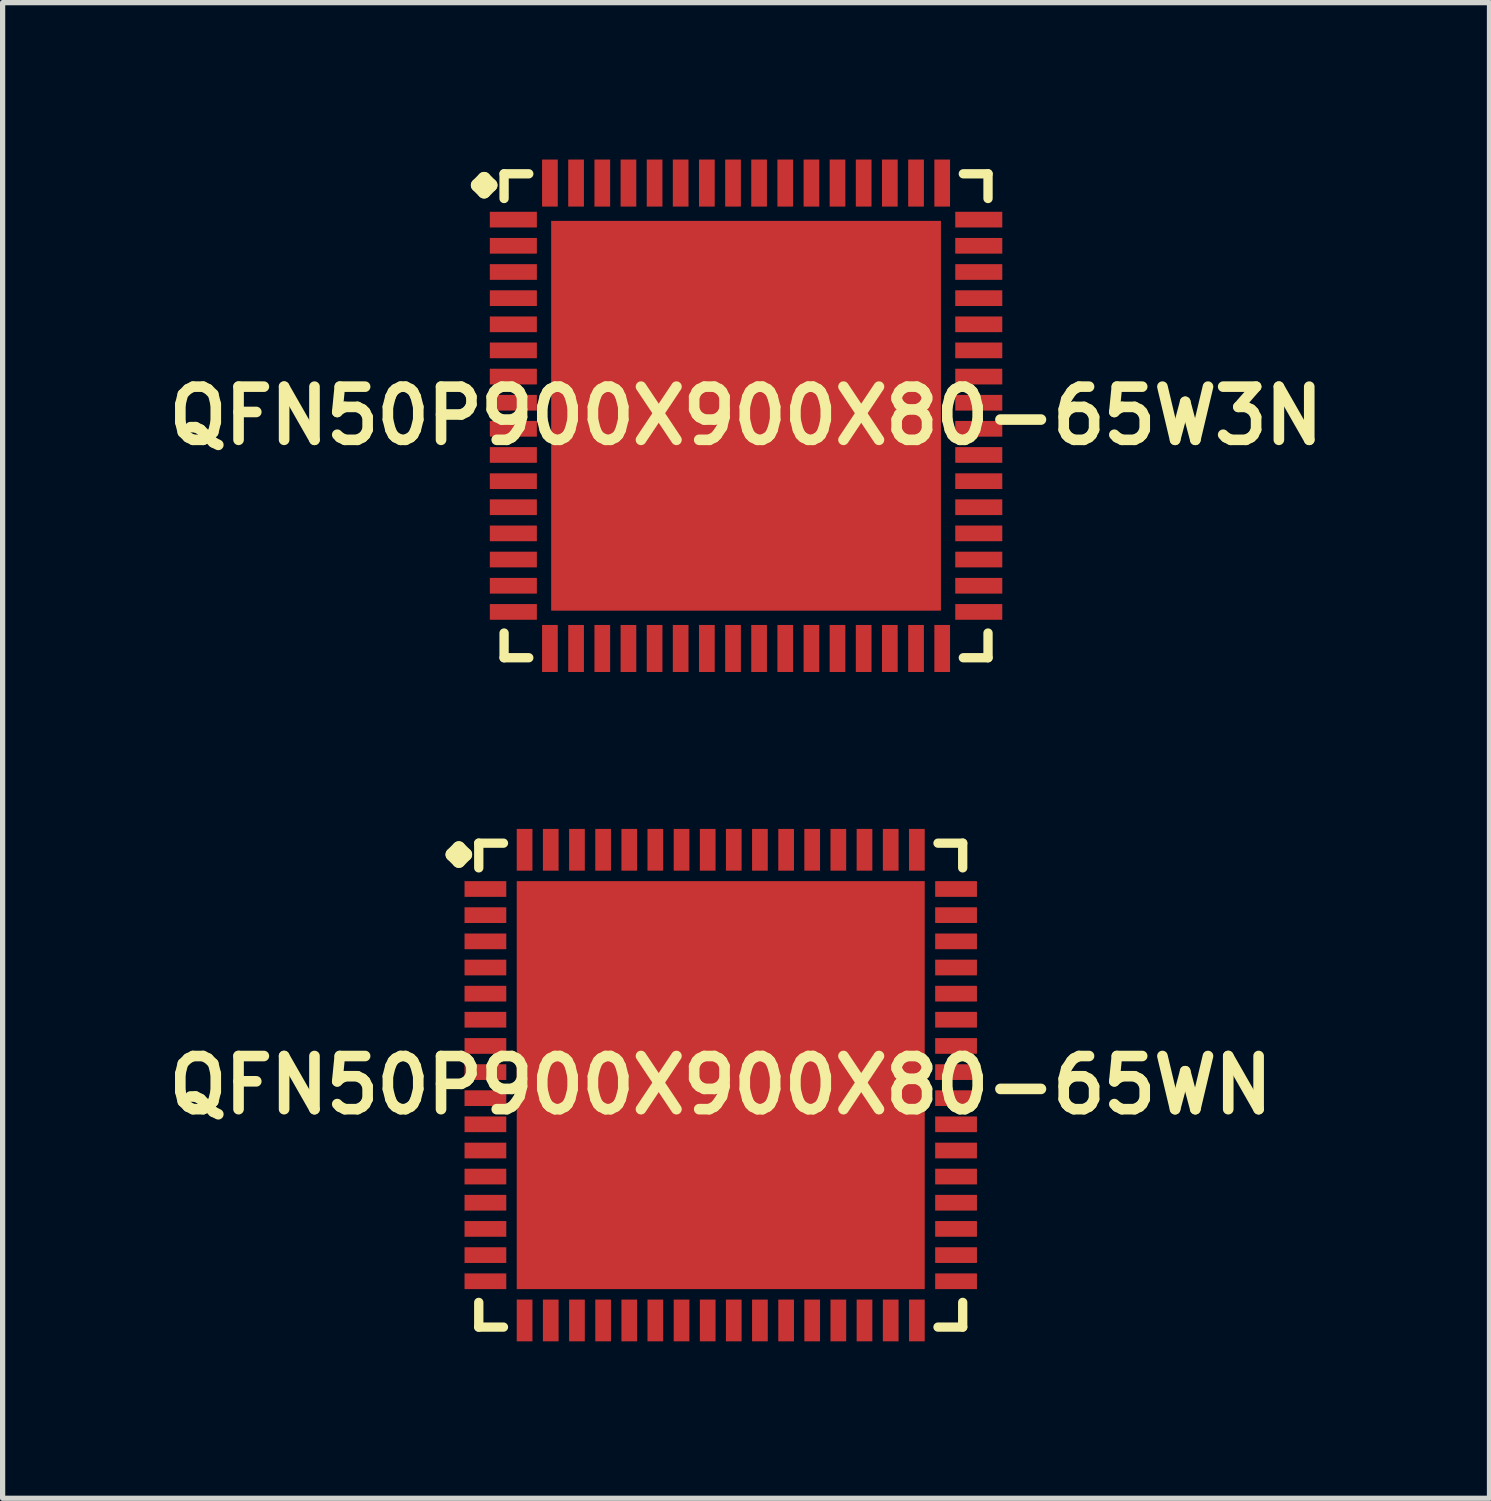
<source format=kicad_pcb>
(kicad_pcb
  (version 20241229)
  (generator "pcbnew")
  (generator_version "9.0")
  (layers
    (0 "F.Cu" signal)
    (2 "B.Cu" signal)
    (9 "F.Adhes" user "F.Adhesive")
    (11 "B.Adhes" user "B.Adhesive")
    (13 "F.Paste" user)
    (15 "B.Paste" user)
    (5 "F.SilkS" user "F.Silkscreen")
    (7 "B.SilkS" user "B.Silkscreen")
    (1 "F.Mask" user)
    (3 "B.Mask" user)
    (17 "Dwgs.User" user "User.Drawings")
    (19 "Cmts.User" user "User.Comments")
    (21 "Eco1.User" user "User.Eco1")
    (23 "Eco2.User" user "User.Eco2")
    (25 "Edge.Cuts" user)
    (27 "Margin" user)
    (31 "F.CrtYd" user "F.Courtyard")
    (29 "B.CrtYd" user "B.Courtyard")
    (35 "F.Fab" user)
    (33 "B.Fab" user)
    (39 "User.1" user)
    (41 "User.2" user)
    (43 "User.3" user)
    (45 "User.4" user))
  (footprint "QFN50P900X900X80-65W3N"
    (layer "F.Cu")
    (at 11.21 4.897)
    (property "Reference" "QFN50P900X900X80-65W3N" (at 0 0 0) (layer "F.SilkS") (effects (font (size 1.016 1.016) (thickness 0.203))))
    (attr smd)
    (fp_line (start -5.133 -4.407) (end -5.006 -4.534) (stroke (width 0.254) (type solid)) (layer "F.SilkS"))
    (fp_line (start -5.006 -4.534) (end -4.879 -4.407) (stroke (width 0.254) (type solid)) (layer "F.SilkS"))
    (fp_line (start -5.006 -4.28) (end -5.133 -4.407) (stroke (width 0.254) (type solid)) (layer "F.SilkS"))
    (fp_line (start -4.879 -4.407) (end -5.006 -4.28) (stroke (width 0.254) (type solid)) (layer "F.SilkS"))
    (fp_line (start -4.625 -4.625) (end -4.153 -4.625) (stroke (width 0.178) (type solid)) (layer "F.SilkS"))
    (fp_line (start -4.625 -4.153) (end -4.625 -4.625) (stroke (width 0.178) (type solid)) (layer "F.SilkS"))
    (fp_line (start -4.625 4.153) (end -4.625 4.625) (stroke (width 0.178) (type solid)) (layer "F.SilkS"))
    (fp_line (start -4.625 4.625) (end -4.153 4.625) (stroke (width 0.178) (type solid)) (layer "F.SilkS"))
    (fp_line (start 4.153 -4.625) (end 4.625 -4.625) (stroke (width 0.178) (type solid)) (layer "F.SilkS"))
    (fp_line (start 4.153 4.625) (end 4.625 4.625) (stroke (width 0.178) (type solid)) (layer "F.SilkS"))
    (fp_line (start 4.625 -4.625) (end 4.625 -4.153) (stroke (width 0.178) (type solid)) (layer "F.SilkS"))
    (fp_line (start 4.625 4.625) (end 4.625 4.153) (stroke (width 0.178) (type solid)) (layer "F.SilkS"))
    (pad "1" smd rect (at -4.448 -3.749) (size 0.899 0.3) (layers "F.Cu" "F.Mask" "F.Paste"))
    (pad "2" smd rect (at -4.448 -3.249) (size 0.899 0.3) (layers "F.Cu" "F.Mask" "F.Paste"))
    (pad "3" smd rect (at -4.448 -2.748) (size 0.899 0.3) (layers "F.Cu" "F.Mask" "F.Paste"))
    (pad "4" smd rect (at -4.448 -2.248) (size 0.899 0.3) (layers "F.Cu" "F.Mask" "F.Paste"))
    (pad "5" smd rect (at -4.448 -1.748) (size 0.899 0.3) (layers "F.Cu" "F.Mask" "F.Paste"))
    (pad "6" smd rect (at -4.448 -1.25) (size 0.899 0.3) (layers "F.Cu" "F.Mask" "F.Paste"))
    (pad "7" smd rect (at -4.448 -0.749) (size 0.899 0.3) (layers "F.Cu" "F.Mask" "F.Paste"))
    (pad "8" smd rect (at -4.448 -0.249) (size 0.899 0.3) (layers "F.Cu" "F.Mask" "F.Paste"))
    (pad "9" smd rect (at -4.448 0.249) (size 0.899 0.3) (layers "F.Cu" "F.Mask" "F.Paste"))
    (pad "10" smd rect (at -4.448 0.749) (size 0.899 0.3) (layers "F.Cu" "F.Mask" "F.Paste"))
    (pad "11" smd rect (at -4.448 1.25) (size 0.899 0.3) (layers "F.Cu" "F.Mask" "F.Paste"))
    (pad "12" smd rect (at -4.448 1.748) (size 0.899 0.3) (layers "F.Cu" "F.Mask" "F.Paste"))
    (pad "13" smd rect (at -4.448 2.248) (size 0.899 0.3) (layers "F.Cu" "F.Mask" "F.Paste"))
    (pad "14" smd rect (at -4.448 2.748) (size 0.899 0.3) (layers "F.Cu" "F.Mask" "F.Paste"))
    (pad "15" smd rect (at -4.448 3.249) (size 0.899 0.3) (layers "F.Cu" "F.Mask" "F.Paste"))
    (pad "16" smd rect (at -4.448 3.749) (size 0.899 0.3) (layers "F.Cu" "F.Mask" "F.Paste"))
    (pad "17" smd rect (at -3.749 4.448) (size 0.3 0.899) (layers "F.Cu" "F.Mask" "F.Paste"))
    (pad "18" smd rect (at -3.249 4.448) (size 0.3 0.899) (layers "F.Cu" "F.Mask" "F.Paste"))
    (pad "19" smd rect (at -2.748 4.448) (size 0.3 0.899) (layers "F.Cu" "F.Mask" "F.Paste"))
    (pad "20" smd rect (at -2.248 4.448) (size 0.3 0.899) (layers "F.Cu" "F.Mask" "F.Paste"))
    (pad "21" smd rect (at -1.748 4.448) (size 0.3 0.899) (layers "F.Cu" "F.Mask" "F.Paste"))
    (pad "22" smd rect (at -1.25 4.448) (size 0.3 0.899) (layers "F.Cu" "F.Mask" "F.Paste"))
    (pad "23" smd rect (at -0.749 4.448) (size 0.3 0.899) (layers "F.Cu" "F.Mask" "F.Paste"))
    (pad "24" smd rect (at -0.249 4.448) (size 0.3 0.899) (layers "F.Cu" "F.Mask" "F.Paste"))
    (pad "25" smd rect (at 0.249 4.448) (size 0.3 0.899) (layers "F.Cu" "F.Mask" "F.Paste"))
    (pad "26" smd rect (at 0.749 4.448) (size 0.3 0.899) (layers "F.Cu" "F.Mask" "F.Paste"))
    (pad "27" smd rect (at 1.25 4.448) (size 0.3 0.899) (layers "F.Cu" "F.Mask" "F.Paste"))
    (pad "28" smd rect (at 1.748 4.448) (size 0.3 0.899) (layers "F.Cu" "F.Mask" "F.Paste"))
    (pad "29" smd rect (at 2.248 4.448) (size 0.3 0.899) (layers "F.Cu" "F.Mask" "F.Paste"))
    (pad "30" smd rect (at 2.748 4.448) (size 0.3 0.899) (layers "F.Cu" "F.Mask" "F.Paste"))
    (pad "31" smd rect (at 3.249 4.448) (size 0.3 0.899) (layers "F.Cu" "F.Mask" "F.Paste"))
    (pad "32" smd rect (at 3.749 4.448) (size 0.3 0.899) (layers "F.Cu" "F.Mask" "F.Paste"))
    (pad "33" smd rect (at 4.448 3.749) (size 0.899 0.3) (layers "F.Cu" "F.Mask" "F.Paste"))
    (pad "34" smd rect (at 4.448 3.249) (size 0.899 0.3) (layers "F.Cu" "F.Mask" "F.Paste"))
    (pad "35" smd rect (at 4.448 2.748) (size 0.899 0.3) (layers "F.Cu" "F.Mask" "F.Paste"))
    (pad "36" smd rect (at 4.448 2.248) (size 0.899 0.3) (layers "F.Cu" "F.Mask" "F.Paste"))
    (pad "37" smd rect (at 4.448 1.748) (size 0.899 0.3) (layers "F.Cu" "F.Mask" "F.Paste"))
    (pad "38" smd rect (at 4.448 1.25) (size 0.899 0.3) (layers "F.Cu" "F.Mask" "F.Paste"))
    (pad "39" smd rect (at 4.448 0.749) (size 0.899 0.3) (layers "F.Cu" "F.Mask" "F.Paste"))
    (pad "40" smd rect (at 4.448 0.249) (size 0.899 0.3) (layers "F.Cu" "F.Mask" "F.Paste"))
    (pad "41" smd rect (at 4.448 -0.249) (size 0.899 0.3) (layers "F.Cu" "F.Mask" "F.Paste"))
    (pad "42" smd rect (at 4.448 -0.749) (size 0.899 0.3) (layers "F.Cu" "F.Mask" "F.Paste"))
    (pad "43" smd rect (at 4.448 -1.25) (size 0.899 0.3) (layers "F.Cu" "F.Mask" "F.Paste"))
    (pad "44" smd rect (at 4.448 -1.748) (size 0.899 0.3) (layers "F.Cu" "F.Mask" "F.Paste"))
    (pad "45" smd rect (at 4.448 -2.248) (size 0.899 0.3) (layers "F.Cu" "F.Mask" "F.Paste"))
    (pad "46" smd rect (at 4.448 -2.748) (size 0.899 0.3) (layers "F.Cu" "F.Mask" "F.Paste"))
    (pad "47" smd rect (at 4.448 -3.249) (size 0.899 0.3) (layers "F.Cu" "F.Mask" "F.Paste"))
    (pad "48" smd rect (at 4.448 -3.749) (size 0.899 0.3) (layers "F.Cu" "F.Mask" "F.Paste"))
    (pad "49" smd rect (at 3.749 -4.448) (size 0.3 0.899) (layers "F.Cu" "F.Mask" "F.Paste"))
    (pad "50" smd rect (at 3.249 -4.448) (size 0.3 0.899) (layers "F.Cu" "F.Mask" "F.Paste"))
    (pad "51" smd rect (at 2.748 -4.448) (size 0.3 0.899) (layers "F.Cu" "F.Mask" "F.Paste"))
    (pad "52" smd rect (at 2.248 -4.448) (size 0.3 0.899) (layers "F.Cu" "F.Mask" "F.Paste"))
    (pad "53" smd rect (at 1.748 -4.448) (size 0.3 0.899) (layers "F.Cu" "F.Mask" "F.Paste"))
    (pad "54" smd rect (at 1.25 -4.448) (size 0.3 0.899) (layers "F.Cu" "F.Mask" "F.Paste"))
    (pad "55" smd rect (at 0.749 -4.448) (size 0.3 0.899) (layers "F.Cu" "F.Mask" "F.Paste"))
    (pad "56" smd rect (at 0.249 -4.448) (size 0.3 0.899) (layers "F.Cu" "F.Mask" "F.Paste"))
    (pad "57" smd rect (at -0.249 -4.448) (size 0.3 0.899) (layers "F.Cu" "F.Mask" "F.Paste"))
    (pad "58" smd rect (at -0.749 -4.448) (size 0.3 0.899) (layers "F.Cu" "F.Mask" "F.Paste"))
    (pad "59" smd rect (at -1.25 -4.448) (size 0.3 0.899) (layers "F.Cu" "F.Mask" "F.Paste"))
    (pad "60" smd rect (at -1.748 -4.448) (size 0.3 0.899) (layers "F.Cu" "F.Mask" "F.Paste"))
    (pad "61" smd rect (at -2.248 -4.448) (size 0.3 0.899) (layers "F.Cu" "F.Mask" "F.Paste"))
    (pad "62" smd rect (at -2.748 -4.448) (size 0.3 0.899) (layers "F.Cu" "F.Mask" "F.Paste"))
    (pad "63" smd rect (at -3.249 -4.448) (size 0.3 0.899) (layers "F.Cu" "F.Mask" "F.Paste"))
    (pad "64" smd rect (at -3.749 -4.448) (size 0.3 0.899) (layers "F.Cu" "F.Mask" "F.Paste"))
    (pad "65" smd rect (at 0 0) (size 7.45 7.45) (layers "F.Cu" "F.Mask" "F.Paste")))
  (footprint "QFN50P900X900X80-65WN"
    (layer "F.Cu")
    (at 10.726 17.691)
    (property "Reference" "QFN50P900X900X80-65WN" (at 0 0 0) (layer "F.SilkS") (effects (font (size 1.016 1.016) (thickness 0.203))))
    (attr smd)
    (fp_line (start -5.133 -4.407) (end -5.006 -4.534) (stroke (width 0.254) (type solid)) (layer "F.SilkS"))
    (fp_line (start -5.006 -4.534) (end -4.879 -4.407) (stroke (width 0.254) (type solid)) (layer "F.SilkS"))
    (fp_line (start -5.006 -4.28) (end -5.133 -4.407) (stroke (width 0.254) (type solid)) (layer "F.SilkS"))
    (fp_line (start -4.879 -4.407) (end -5.006 -4.28) (stroke (width 0.254) (type solid)) (layer "F.SilkS"))
    (fp_line (start -4.625 -4.625) (end -4.153 -4.625) (stroke (width 0.178) (type solid)) (layer "F.SilkS"))
    (fp_line (start -4.625 -4.153) (end -4.625 -4.625) (stroke (width 0.178) (type solid)) (layer "F.SilkS"))
    (fp_line (start -4.625 4.153) (end -4.625 4.625) (stroke (width 0.178) (type solid)) (layer "F.SilkS"))
    (fp_line (start -4.625 4.625) (end -4.153 4.625) (stroke (width 0.178) (type solid)) (layer "F.SilkS"))
    (fp_line (start 4.153 -4.625) (end 4.625 -4.625) (stroke (width 0.178) (type solid)) (layer "F.SilkS"))
    (fp_line (start 4.153 4.625) (end 4.625 4.625) (stroke (width 0.178) (type solid)) (layer "F.SilkS"))
    (fp_line (start 4.625 -4.625) (end 4.625 -4.153) (stroke (width 0.178) (type solid)) (layer "F.SilkS"))
    (fp_line (start 4.625 4.625) (end 4.625 4.153) (stroke (width 0.178) (type solid)) (layer "F.SilkS"))
    (pad "1" smd rect (at -4.498 -3.749) (size 0.798 0.3) (layers "F.Cu" "F.Mask" "F.Paste"))
    (pad "2" smd rect (at -4.498 -3.249) (size 0.798 0.3) (layers "F.Cu" "F.Mask" "F.Paste"))
    (pad "3" smd rect (at -4.498 -2.748) (size 0.798 0.3) (layers "F.Cu" "F.Mask" "F.Paste"))
    (pad "4" smd rect (at -4.498 -2.248) (size 0.798 0.3) (layers "F.Cu" "F.Mask" "F.Paste"))
    (pad "5" smd rect (at -4.498 -1.748) (size 0.798 0.3) (layers "F.Cu" "F.Mask" "F.Paste"))
    (pad "6" smd rect (at -4.498 -1.25) (size 0.798 0.3) (layers "F.Cu" "F.Mask" "F.Paste"))
    (pad "7" smd rect (at -4.498 -0.749) (size 0.798 0.3) (layers "F.Cu" "F.Mask" "F.Paste"))
    (pad "8" smd rect (at -4.498 -0.249) (size 0.798 0.3) (layers "F.Cu" "F.Mask" "F.Paste"))
    (pad "9" smd rect (at -4.498 0.249) (size 0.798 0.3) (layers "F.Cu" "F.Mask" "F.Paste"))
    (pad "10" smd rect (at -4.498 0.749) (size 0.798 0.3) (layers "F.Cu" "F.Mask" "F.Paste"))
    (pad "11" smd rect (at -4.498 1.25) (size 0.798 0.3) (layers "F.Cu" "F.Mask" "F.Paste"))
    (pad "12" smd rect (at -4.498 1.748) (size 0.798 0.3) (layers "F.Cu" "F.Mask" "F.Paste"))
    (pad "13" smd rect (at -4.498 2.248) (size 0.798 0.3) (layers "F.Cu" "F.Mask" "F.Paste"))
    (pad "14" smd rect (at -4.498 2.748) (size 0.798 0.3) (layers "F.Cu" "F.Mask" "F.Paste"))
    (pad "15" smd rect (at -4.498 3.249) (size 0.798 0.3) (layers "F.Cu" "F.Mask" "F.Paste"))
    (pad "16" smd rect (at -4.498 3.749) (size 0.798 0.3) (layers "F.Cu" "F.Mask" "F.Paste"))
    (pad "17" smd rect (at -3.749 4.498) (size 0.3 0.798) (layers "F.Cu" "F.Mask" "F.Paste"))
    (pad "18" smd rect (at -3.249 4.498) (size 0.3 0.798) (layers "F.Cu" "F.Mask" "F.Paste"))
    (pad "19" smd rect (at -2.748 4.498) (size 0.3 0.798) (layers "F.Cu" "F.Mask" "F.Paste"))
    (pad "20" smd rect (at -2.248 4.498) (size 0.3 0.798) (layers "F.Cu" "F.Mask" "F.Paste"))
    (pad "21" smd rect (at -1.748 4.498) (size 0.3 0.798) (layers "F.Cu" "F.Mask" "F.Paste"))
    (pad "22" smd rect (at -1.25 4.498) (size 0.3 0.798) (layers "F.Cu" "F.Mask" "F.Paste"))
    (pad "23" smd rect (at -0.749 4.498) (size 0.3 0.798) (layers "F.Cu" "F.Mask" "F.Paste"))
    (pad "24" smd rect (at -0.249 4.498) (size 0.3 0.798) (layers "F.Cu" "F.Mask" "F.Paste"))
    (pad "25" smd rect (at 0.249 4.498) (size 0.3 0.798) (layers "F.Cu" "F.Mask" "F.Paste"))
    (pad "26" smd rect (at 0.749 4.498) (size 0.3 0.798) (layers "F.Cu" "F.Mask" "F.Paste"))
    (pad "27" smd rect (at 1.25 4.498) (size 0.3 0.798) (layers "F.Cu" "F.Mask" "F.Paste"))
    (pad "28" smd rect (at 1.748 4.498) (size 0.3 0.798) (layers "F.Cu" "F.Mask" "F.Paste"))
    (pad "29" smd rect (at 2.248 4.498) (size 0.3 0.798) (layers "F.Cu" "F.Mask" "F.Paste"))
    (pad "30" smd rect (at 2.748 4.498) (size 0.3 0.798) (layers "F.Cu" "F.Mask" "F.Paste"))
    (pad "31" smd rect (at 3.249 4.498) (size 0.3 0.798) (layers "F.Cu" "F.Mask" "F.Paste"))
    (pad "32" smd rect (at 3.749 4.498) (size 0.3 0.798) (layers "F.Cu" "F.Mask" "F.Paste"))
    (pad "33" smd rect (at 4.498 3.749) (size 0.798 0.3) (layers "F.Cu" "F.Mask" "F.Paste"))
    (pad "34" smd rect (at 4.498 3.249) (size 0.798 0.3) (layers "F.Cu" "F.Mask" "F.Paste"))
    (pad "35" smd rect (at 4.498 2.748) (size 0.798 0.3) (layers "F.Cu" "F.Mask" "F.Paste"))
    (pad "36" smd rect (at 4.498 2.248) (size 0.798 0.3) (layers "F.Cu" "F.Mask" "F.Paste"))
    (pad "37" smd rect (at 4.498 1.748) (size 0.798 0.3) (layers "F.Cu" "F.Mask" "F.Paste"))
    (pad "38" smd rect (at 4.498 1.25) (size 0.798 0.3) (layers "F.Cu" "F.Mask" "F.Paste"))
    (pad "39" smd rect (at 4.498 0.749) (size 0.798 0.3) (layers "F.Cu" "F.Mask" "F.Paste"))
    (pad "40" smd rect (at 4.498 0.249) (size 0.798 0.3) (layers "F.Cu" "F.Mask" "F.Paste"))
    (pad "41" smd rect (at 4.498 -0.249) (size 0.798 0.3) (layers "F.Cu" "F.Mask" "F.Paste"))
    (pad "42" smd rect (at 4.498 -0.749) (size 0.798 0.3) (layers "F.Cu" "F.Mask" "F.Paste"))
    (pad "43" smd rect (at 4.498 -1.25) (size 0.798 0.3) (layers "F.Cu" "F.Mask" "F.Paste"))
    (pad "44" smd rect (at 4.498 -1.748) (size 0.798 0.3) (layers "F.Cu" "F.Mask" "F.Paste"))
    (pad "45" smd rect (at 4.498 -2.248) (size 0.798 0.3) (layers "F.Cu" "F.Mask" "F.Paste"))
    (pad "46" smd rect (at 4.498 -2.748) (size 0.798 0.3) (layers "F.Cu" "F.Mask" "F.Paste"))
    (pad "47" smd rect (at 4.498 -3.249) (size 0.798 0.3) (layers "F.Cu" "F.Mask" "F.Paste"))
    (pad "48" smd rect (at 4.498 -3.749) (size 0.798 0.3) (layers "F.Cu" "F.Mask" "F.Paste"))
    (pad "49" smd rect (at 3.749 -4.498) (size 0.3 0.798) (layers "F.Cu" "F.Mask" "F.Paste"))
    (pad "50" smd rect (at 3.249 -4.498) (size 0.3 0.798) (layers "F.Cu" "F.Mask" "F.Paste"))
    (pad "51" smd rect (at 2.748 -4.498) (size 0.3 0.798) (layers "F.Cu" "F.Mask" "F.Paste"))
    (pad "52" smd rect (at 2.248 -4.498) (size 0.3 0.798) (layers "F.Cu" "F.Mask" "F.Paste"))
    (pad "53" smd rect (at 1.748 -4.498) (size 0.3 0.798) (layers "F.Cu" "F.Mask" "F.Paste"))
    (pad "54" smd rect (at 1.25 -4.498) (size 0.3 0.798) (layers "F.Cu" "F.Mask" "F.Paste"))
    (pad "55" smd rect (at 0.749 -4.498) (size 0.3 0.798) (layers "F.Cu" "F.Mask" "F.Paste"))
    (pad "56" smd rect (at 0.249 -4.498) (size 0.3 0.798) (layers "F.Cu" "F.Mask" "F.Paste"))
    (pad "57" smd rect (at -0.249 -4.498) (size 0.3 0.798) (layers "F.Cu" "F.Mask" "F.Paste"))
    (pad "58" smd rect (at -0.749 -4.498) (size 0.3 0.798) (layers "F.Cu" "F.Mask" "F.Paste"))
    (pad "59" smd rect (at -1.25 -4.498) (size 0.3 0.798) (layers "F.Cu" "F.Mask" "F.Paste"))
    (pad "60" smd rect (at -1.748 -4.498) (size 0.3 0.798) (layers "F.Cu" "F.Mask" "F.Paste"))
    (pad "61" smd rect (at -2.248 -4.498) (size 0.3 0.798) (layers "F.Cu" "F.Mask" "F.Paste"))
    (pad "62" smd rect (at -2.748 -4.498) (size 0.3 0.798) (layers "F.Cu" "F.Mask" "F.Paste"))
    (pad "63" smd rect (at -3.249 -4.498) (size 0.3 0.798) (layers "F.Cu" "F.Mask" "F.Paste"))
    (pad "64" smd rect (at -3.749 -4.498) (size 0.3 0.798) (layers "F.Cu" "F.Mask" "F.Paste"))
    (pad "65" smd rect (at 0 0) (size 7.798 7.798) (layers "F.Cu" "F.Mask" "F.Paste")))
  (gr_rect
    (start -3 -3)
    (end 25.42 25.588)
    (stroke (width 0.1) (type default))
    (fill no)
    (layer "Edge.Cuts")))
</source>
